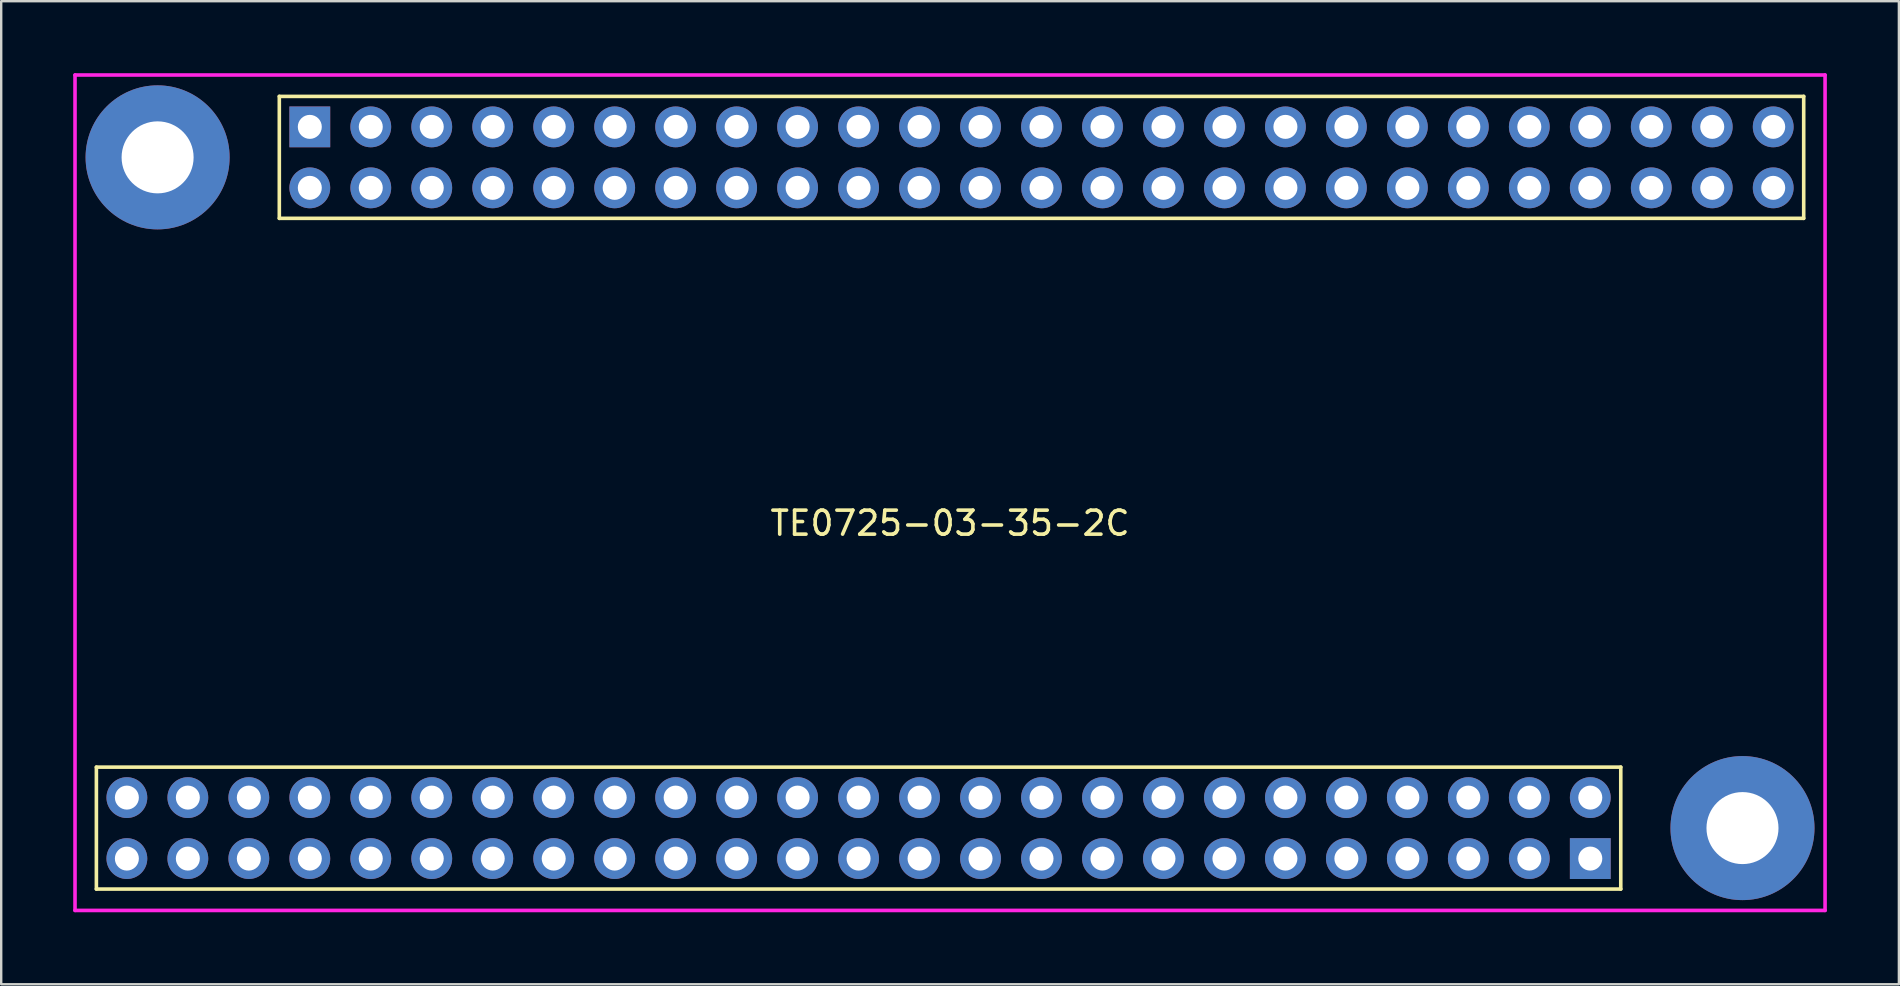
<source format=kicad_pcb>
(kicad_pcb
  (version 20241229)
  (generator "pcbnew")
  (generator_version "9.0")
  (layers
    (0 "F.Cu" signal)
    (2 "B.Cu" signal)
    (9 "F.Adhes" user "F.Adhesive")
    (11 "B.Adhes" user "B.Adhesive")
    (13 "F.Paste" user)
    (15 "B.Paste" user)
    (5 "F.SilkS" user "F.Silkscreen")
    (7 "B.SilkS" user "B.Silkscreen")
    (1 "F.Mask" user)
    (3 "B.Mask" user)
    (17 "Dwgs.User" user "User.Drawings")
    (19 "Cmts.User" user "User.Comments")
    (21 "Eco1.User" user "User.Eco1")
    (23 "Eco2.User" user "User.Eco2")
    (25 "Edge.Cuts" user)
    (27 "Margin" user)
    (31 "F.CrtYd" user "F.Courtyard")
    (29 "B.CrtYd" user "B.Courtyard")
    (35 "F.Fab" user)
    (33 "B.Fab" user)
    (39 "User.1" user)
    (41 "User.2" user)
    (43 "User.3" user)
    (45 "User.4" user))
  (footprint "TE0725-03-35-2C"
    (layer "F.Cu")
    (at 36.525 17.475)
    (property "Reference" "TE0725-03-35-2C" (at 0 1.27 0) (layer "F.SilkS") (effects (font (size 1 1) (thickness 0.15))))
    (attr through_hole)
    (fp_line (start -35.56 11.43) (end -35.56 16.51) (stroke (width 0.15) (type solid)) (layer "F.SilkS"))
    (fp_line (start -35.56 16.51) (end 27.94 16.51) (stroke (width 0.15) (type solid)) (layer "F.SilkS"))
    (fp_line (start -27.94 -16.51) (end -27.94 -11.43) (stroke (width 0.15) (type solid)) (layer "F.SilkS"))
    (fp_line (start -27.94 -11.43) (end 35.56 -11.43) (stroke (width 0.15) (type solid)) (layer "F.SilkS"))
    (fp_line (start 27.94 11.43) (end -35.56 11.43) (stroke (width 0.15) (type solid)) (layer "F.SilkS"))
    (fp_line (start 27.94 16.51) (end 27.94 11.43) (stroke (width 0.15) (type solid)) (layer "F.SilkS"))
    (fp_line (start 35.56 -16.51) (end -27.94 -16.51) (stroke (width 0.15) (type solid)) (layer "F.SilkS"))
    (fp_line (start 35.56 -11.43) (end 35.56 -16.51) (stroke (width 0.15) (type solid)) (layer "F.SilkS"))
    (fp_line (start -36.45 -17.4) (end -36.45 17.4) (stroke (width 0.15) (type solid)) (layer "F.CrtYd"))
    (fp_line (start -36.45 17.4) (end 36.45 17.4) (stroke (width 0.15) (type solid)) (layer "F.CrtYd"))
    (fp_line (start 36.45 -17.4) (end -36.45 -17.4) (stroke (width 0.15) (type solid)) (layer "F.CrtYd"))
    (fp_line (start 36.45 17.4) (end 36.45 -17.4) (stroke (width 0.15) (type solid)) (layer "F.CrtYd"))
    (pad "" np_thru_hole circle (at -33.01 -13.97 90) (size 6 6) (drill 3) (layers "*.Cu" "*.Mask"))
    (pad "" np_thru_hole circle (at 33.01 13.97 90) (size 6 6) (drill 3) (layers "*.Cu" "*.Mask"))
    (pad "1" thru_hole rect (at -26.67 -15.24 90) (size 1.7 1.7) (drill 1) (layers "*.Cu" "*.Mask"))
    (pad "2" thru_hole oval (at -26.67 -12.7 90) (size 1.7 1.7) (drill 1) (layers "*.Cu" "*.Mask"))
    (pad "3" thru_hole oval (at -24.13 -15.24 90) (size 1.7 1.7) (drill 1) (layers "*.Cu" "*.Mask"))
    (pad "4" thru_hole oval (at -24.13 -12.7 90) (size 1.7 1.7) (drill 1) (layers "*.Cu" "*.Mask"))
    (pad "5" thru_hole oval (at -21.59 -15.24 90) (size 1.7 1.7) (drill 1) (layers "*.Cu" "*.Mask"))
    (pad "6" thru_hole oval (at -21.59 -12.7 90) (size 1.7 1.7) (drill 1) (layers "*.Cu" "*.Mask"))
    (pad "7" thru_hole oval (at -19.05 -15.24 90) (size 1.7 1.7) (drill 1) (layers "*.Cu" "*.Mask"))
    (pad "8" thru_hole oval (at -19.05 -12.7 90) (size 1.7 1.7) (drill 1) (layers "*.Cu" "*.Mask"))
    (pad "9" thru_hole oval (at -16.51 -15.24 90) (size 1.7 1.7) (drill 1) (layers "*.Cu" "*.Mask"))
    (pad "10" thru_hole oval (at -16.51 -12.7 90) (size 1.7 1.7) (drill 1) (layers "*.Cu" "*.Mask"))
    (pad "11" thru_hole oval (at -13.97 -15.24 90) (size 1.7 1.7) (drill 1) (layers "*.Cu" "*.Mask"))
    (pad "12" thru_hole oval (at -13.97 -12.7 90) (size 1.7 1.7) (drill 1) (layers "*.Cu" "*.Mask"))
    (pad "13" thru_hole oval (at -11.43 -15.24 90) (size 1.7 1.7) (drill 1) (layers "*.Cu" "*.Mask"))
    (pad "14" thru_hole oval (at -11.43 -12.7 90) (size 1.7 1.7) (drill 1) (layers "*.Cu" "*.Mask"))
    (pad "15" thru_hole oval (at -8.89 -15.24 90) (size 1.7 1.7) (drill 1) (layers "*.Cu" "*.Mask"))
    (pad "16" thru_hole oval (at -8.89 -12.7 90) (size 1.7 1.7) (drill 1) (layers "*.Cu" "*.Mask"))
    (pad "17" thru_hole oval (at -6.35 -15.24 90) (size 1.7 1.7) (drill 1) (layers "*.Cu" "*.Mask"))
    (pad "18" thru_hole oval (at -6.35 -12.7 90) (size 1.7 1.7) (drill 1) (layers "*.Cu" "*.Mask"))
    (pad "19" thru_hole oval (at -3.81 -15.24 90) (size 1.7 1.7) (drill 1) (layers "*.Cu" "*.Mask"))
    (pad "20" thru_hole oval (at -3.81 -12.7 90) (size 1.7 1.7) (drill 1) (layers "*.Cu" "*.Mask"))
    (pad "21" thru_hole oval (at -1.27 -15.24 90) (size 1.7 1.7) (drill 1) (layers "*.Cu" "*.Mask"))
    (pad "22" thru_hole oval (at -1.27 -12.7 90) (size 1.7 1.7) (drill 1) (layers "*.Cu" "*.Mask"))
    (pad "23" thru_hole oval (at 1.27 -15.24 90) (size 1.7 1.7) (drill 1) (layers "*.Cu" "*.Mask"))
    (pad "24" thru_hole oval (at 1.27 -12.7 90) (size 1.7 1.7) (drill 1) (layers "*.Cu" "*.Mask"))
    (pad "25" thru_hole oval (at 3.81 -15.24 90) (size 1.7 1.7) (drill 1) (layers "*.Cu" "*.Mask"))
    (pad "26" thru_hole oval (at 3.81 -12.7 90) (size 1.7 1.7) (drill 1) (layers "*.Cu" "*.Mask"))
    (pad "27" thru_hole oval (at 6.35 -15.24 90) (size 1.7 1.7) (drill 1) (layers "*.Cu" "*.Mask"))
    (pad "28" thru_hole oval (at 6.35 -12.7 90) (size 1.7 1.7) (drill 1) (layers "*.Cu" "*.Mask"))
    (pad "29" thru_hole oval (at 8.89 -15.24 90) (size 1.7 1.7) (drill 1) (layers "*.Cu" "*.Mask"))
    (pad "30" thru_hole oval (at 8.89 -12.7 90) (size 1.7 1.7) (drill 1) (layers "*.Cu" "*.Mask"))
    (pad "31" thru_hole oval (at 11.43 -15.24 90) (size 1.7 1.7) (drill 1) (layers "*.Cu" "*.Mask"))
    (pad "32" thru_hole oval (at 11.43 -12.7 90) (size 1.7 1.7) (drill 1) (layers "*.Cu" "*.Mask"))
    (pad "33" thru_hole oval (at 13.97 -15.24 90) (size 1.7 1.7) (drill 1) (layers "*.Cu" "*.Mask"))
    (pad "34" thru_hole oval (at 13.97 -12.7 90) (size 1.7 1.7) (drill 1) (layers "*.Cu" "*.Mask"))
    (pad "35" thru_hole oval (at 16.51 -15.24 90) (size 1.7 1.7) (drill 1) (layers "*.Cu" "*.Mask"))
    (pad "36" thru_hole oval (at 16.51 -12.7 90) (size 1.7 1.7) (drill 1) (layers "*.Cu" "*.Mask"))
    (pad "37" thru_hole oval (at 19.05 -15.24 90) (size 1.7 1.7) (drill 1) (layers "*.Cu" "*.Mask"))
    (pad "38" thru_hole oval (at 19.05 -12.7 90) (size 1.7 1.7) (drill 1) (layers "*.Cu" "*.Mask"))
    (pad "39" thru_hole oval (at 21.59 -15.24 90) (size 1.7 1.7) (drill 1) (layers "*.Cu" "*.Mask"))
    (pad "40" thru_hole oval (at 21.59 -12.7 90) (size 1.7 1.7) (drill 1) (layers "*.Cu" "*.Mask"))
    (pad "41" thru_hole oval (at 24.13 -15.24 90) (size 1.7 1.7) (drill 1) (layers "*.Cu" "*.Mask"))
    (pad "42" thru_hole oval (at 24.13 -12.7 90) (size 1.7 1.7) (drill 1) (layers "*.Cu" "*.Mask"))
    (pad "43" thru_hole oval (at 26.67 -15.24 90) (size 1.7 1.7) (drill 1) (layers "*.Cu" "*.Mask"))
    (pad "44" thru_hole oval (at 26.67 -12.7 90) (size 1.7 1.7) (drill 1) (layers "*.Cu" "*.Mask"))
    (pad "45" thru_hole oval (at 29.21 -15.24 90) (size 1.7 1.7) (drill 1) (layers "*.Cu" "*.Mask"))
    (pad "46" thru_hole oval (at 29.21 -12.7 90) (size 1.7 1.7) (drill 1) (layers "*.Cu" "*.Mask"))
    (pad "47" thru_hole oval (at 31.75 -15.24 90) (size 1.7 1.7) (drill 1) (layers "*.Cu" "*.Mask"))
    (pad "48" thru_hole oval (at 31.75 -12.7 90) (size 1.7 1.7) (drill 1) (layers "*.Cu" "*.Mask"))
    (pad "49" thru_hole oval (at 34.29 -15.24 90) (size 1.7 1.7) (drill 1) (layers "*.Cu" "*.Mask"))
    (pad "50" thru_hole oval (at 34.29 -12.7 90) (size 1.7 1.7) (drill 1) (layers "*.Cu" "*.Mask"))
    (pad "51" thru_hole rect (at 26.67 15.24 90) (size 1.7 1.7) (drill 1) (layers "*.Cu" "*.Mask"))
    (pad "52" thru_hole oval (at 26.67 12.7 90) (size 1.7 1.7) (drill 1) (layers "*.Cu" "*.Mask"))
    (pad "53" thru_hole oval (at 24.13 15.24 90) (size 1.7 1.7) (drill 1) (layers "*.Cu" "*.Mask"))
    (pad "54" thru_hole oval (at 24.13 12.7 90) (size 1.7 1.7) (drill 1) (layers "*.Cu" "*.Mask"))
    (pad "55" thru_hole oval (at 21.59 15.24 90) (size 1.7 1.7) (drill 1) (layers "*.Cu" "*.Mask"))
    (pad "56" thru_hole oval (at 21.59 12.7 90) (size 1.7 1.7) (drill 1) (layers "*.Cu" "*.Mask"))
    (pad "57" thru_hole oval (at 19.05 15.24 90) (size 1.7 1.7) (drill 1) (layers "*.Cu" "*.Mask"))
    (pad "58" thru_hole oval (at 19.05 12.7 90) (size 1.7 1.7) (drill 1) (layers "*.Cu" "*.Mask"))
    (pad "59" thru_hole oval (at 16.51 15.24 90) (size 1.7 1.7) (drill 1) (layers "*.Cu" "*.Mask"))
    (pad "60" thru_hole oval (at 16.51 12.7 90) (size 1.7 1.7) (drill 1) (layers "*.Cu" "*.Mask"))
    (pad "61" thru_hole oval (at 13.97 15.24 90) (size 1.7 1.7) (drill 1) (layers "*.Cu" "*.Mask"))
    (pad "62" thru_hole oval (at 13.97 12.7 90) (size 1.7 1.7) (drill 1) (layers "*.Cu" "*.Mask"))
    (pad "63" thru_hole oval (at 11.43 15.24 90) (size 1.7 1.7) (drill 1) (layers "*.Cu" "*.Mask"))
    (pad "64" thru_hole oval (at 11.43 12.7 90) (size 1.7 1.7) (drill 1) (layers "*.Cu" "*.Mask"))
    (pad "65" thru_hole oval (at 8.89 15.24 90) (size 1.7 1.7) (drill 1) (layers "*.Cu" "*.Mask"))
    (pad "66" thru_hole oval (at 8.89 12.7 90) (size 1.7 1.7) (drill 1) (layers "*.Cu" "*.Mask"))
    (pad "67" thru_hole oval (at 6.35 15.24 90) (size 1.7 1.7) (drill 1) (layers "*.Cu" "*.Mask"))
    (pad "68" thru_hole oval (at 6.35 12.7 90) (size 1.7 1.7) (drill 1) (layers "*.Cu" "*.Mask"))
    (pad "69" thru_hole oval (at 3.81 15.24 90) (size 1.7 1.7) (drill 1) (layers "*.Cu" "*.Mask"))
    (pad "70" thru_hole oval (at 3.81 12.7 90) (size 1.7 1.7) (drill 1) (layers "*.Cu" "*.Mask"))
    (pad "71" thru_hole oval (at 1.27 15.24 90) (size 1.7 1.7) (drill 1) (layers "*.Cu" "*.Mask"))
    (pad "72" thru_hole oval (at 1.27 12.7 90) (size 1.7 1.7) (drill 1) (layers "*.Cu" "*.Mask"))
    (pad "73" thru_hole oval (at -1.27 15.24 90) (size 1.7 1.7) (drill 1) (layers "*.Cu" "*.Mask"))
    (pad "74" thru_hole oval (at -1.27 12.7 90) (size 1.7 1.7) (drill 1) (layers "*.Cu" "*.Mask"))
    (pad "75" thru_hole oval (at -3.81 15.24 90) (size 1.7 1.7) (drill 1) (layers "*.Cu" "*.Mask"))
    (pad "76" thru_hole oval (at -3.81 12.7 90) (size 1.7 1.7) (drill 1) (layers "*.Cu" "*.Mask"))
    (pad "77" thru_hole oval (at -6.35 15.24 90) (size 1.7 1.7) (drill 1) (layers "*.Cu" "*.Mask"))
    (pad "78" thru_hole oval (at -6.35 12.7 90) (size 1.7 1.7) (drill 1) (layers "*.Cu" "*.Mask"))
    (pad "79" thru_hole oval (at -8.89 15.24 90) (size 1.7 1.7) (drill 1) (layers "*.Cu" "*.Mask"))
    (pad "80" thru_hole oval (at -8.89 12.7 90) (size 1.7 1.7) (drill 1) (layers "*.Cu" "*.Mask"))
    (pad "81" thru_hole oval (at -11.43 15.24 90) (size 1.7 1.7) (drill 1) (layers "*.Cu" "*.Mask"))
    (pad "82" thru_hole oval (at -11.43 12.7 90) (size 1.7 1.7) (drill 1) (layers "*.Cu" "*.Mask"))
    (pad "83" thru_hole oval (at -13.97 15.24 90) (size 1.7 1.7) (drill 1) (layers "*.Cu" "*.Mask"))
    (pad "84" thru_hole oval (at -13.97 12.7 90) (size 1.7 1.7) (drill 1) (layers "*.Cu" "*.Mask"))
    (pad "85" thru_hole oval (at -16.51 15.24 90) (size 1.7 1.7) (drill 1) (layers "*.Cu" "*.Mask"))
    (pad "86" thru_hole oval (at -16.51 12.7 90) (size 1.7 1.7) (drill 1) (layers "*.Cu" "*.Mask"))
    (pad "87" thru_hole oval (at -19.05 15.24 90) (size 1.7 1.7) (drill 1) (layers "*.Cu" "*.Mask"))
    (pad "88" thru_hole oval (at -19.05 12.7 90) (size 1.7 1.7) (drill 1) (layers "*.Cu" "*.Mask"))
    (pad "89" thru_hole oval (at -21.59 15.24 90) (size 1.7 1.7) (drill 1) (layers "*.Cu" "*.Mask"))
    (pad "90" thru_hole oval (at -21.59 12.7 90) (size 1.7 1.7) (drill 1) (layers "*.Cu" "*.Mask"))
    (pad "91" thru_hole oval (at -24.13 15.24 90) (size 1.7 1.7) (drill 1) (layers "*.Cu" "*.Mask"))
    (pad "92" thru_hole oval (at -24.13 12.7 90) (size 1.7 1.7) (drill 1) (layers "*.Cu" "*.Mask"))
    (pad "93" thru_hole oval (at -26.67 15.24 90) (size 1.7 1.7) (drill 1) (layers "*.Cu" "*.Mask"))
    (pad "94" thru_hole oval (at -26.67 12.7 90) (size 1.7 1.7) (drill 1) (layers "*.Cu" "*.Mask"))
    (pad "95" thru_hole oval (at -29.21 15.24 90) (size 1.7 1.7) (drill 1) (layers "*.Cu" "*.Mask"))
    (pad "96" thru_hole oval (at -29.21 12.7 90) (size 1.7 1.7) (drill 1) (layers "*.Cu" "*.Mask"))
    (pad "97" thru_hole oval (at -31.75 15.24 90) (size 1.7 1.7) (drill 1) (layers "*.Cu" "*.Mask"))
    (pad "98" thru_hole oval (at -31.75 12.7 90) (size 1.7 1.7) (drill 1) (layers "*.Cu" "*.Mask"))
    (pad "99" thru_hole oval (at -34.29 15.24 90) (size 1.7 1.7) (drill 1) (layers "*.Cu" "*.Mask"))
    (pad "100" thru_hole oval (at -34.29 12.7 90) (size 1.7 1.7) (drill 1) (layers "*.Cu" "*.Mask")))
  (gr_rect
    (start -3 -3)
    (end 76.05 37.95)
    (stroke (width 0.1) (type default))
    (fill no)
    (layer "Edge.Cuts")))
</source>
